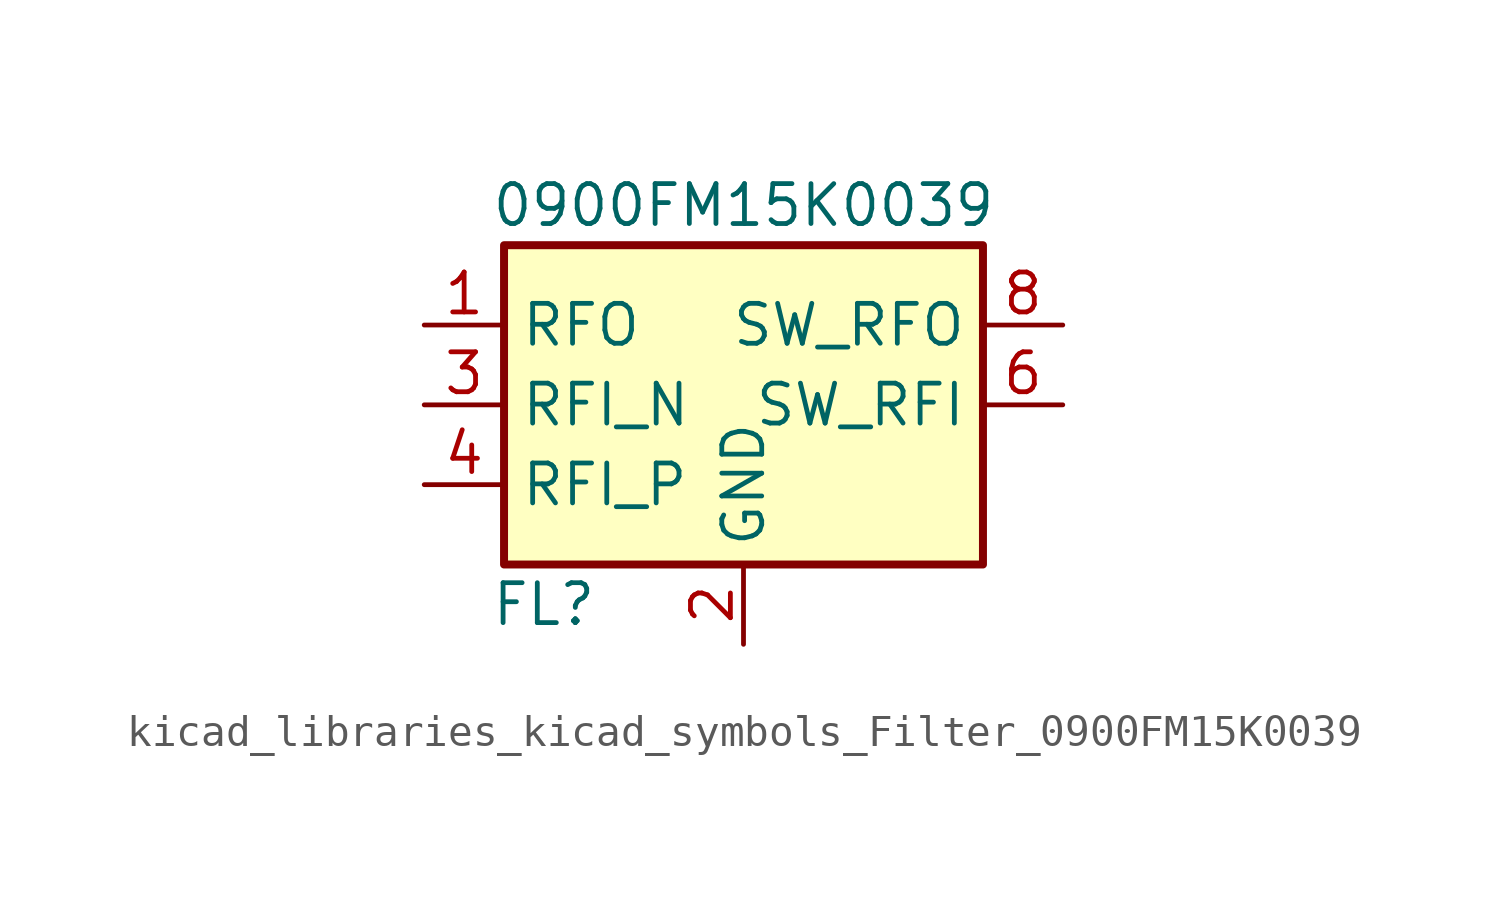
<source format=kicad_sym>
(kicad_symbol_lib
  (version 20220914)
  (generator kicad_symbol_editor)
  (symbol "kicad_libraries_kicad_symbols_Filter_0900FM15K0039"
    (property "Reference" "FL"
      (at -6.35 -6.35 0)
      (effects (font (size 1.27 1.27))))
    (property "Value" "0900FM15K0039"
      (at 0 6.35 0)
      (effects (font (size 1.27 1.27))))
    (symbol "kicad_libraries_kicad_symbols_Filter_0900FM15K0039_0_0"
      (pin passive line (at -10.16 2.54 0) (length 2.54) (name "RFO" (effects (font (size 1.27 1.27)))) (number "1" (effects (font (size 1.27 1.27)))))
      (pin passive line (at 0 -7.62 90) (length 2.54) hide (name "GND" (effects (font (size 1.27 1.27)))) (number "10" (effects (font (size 1.27 1.27)))))
      (pin power_in line (at 0 -7.62 90) (length 2.54) (name "GND" (effects (font (size 1.27 1.27)))) (number "2" (effects (font (size 1.27 1.27)))))
      (pin passive line (at -10.16 0 0) (length 2.54) (name "RFI_N" (effects (font (size 1.27 1.27)))) (number "3" (effects (font (size 1.27 1.27)))))
      (pin passive line (at -10.16 -2.54 0) (length 2.54) (name "RFI_P" (effects (font (size 1.27 1.27)))) (number "4" (effects (font (size 1.27 1.27)))))
      (pin passive line (at 0 -7.62 90) (length 2.54) hide (name "GND" (effects (font (size 1.27 1.27)))) (number "5" (effects (font (size 1.27 1.27)))))
      (pin passive line (at 10.16 0 180) (length 2.54) (name "SW_RFI" (effects (font (size 1.27 1.27)))) (number "6" (effects (font (size 1.27 1.27)))))
      (pin passive line (at 0 -7.62 90) (length 2.54) hide (name "GND" (effects (font (size 1.27 1.27)))) (number "7" (effects (font (size 1.27 1.27)))))
      (pin passive line (at 10.16 2.54 180) (length 2.54) (name "SW_RFO" (effects (font (size 1.27 1.27)))) (number "8" (effects (font (size 1.27 1.27)))))
      (pin passive line (at 0 -7.62 90) (length 2.54) hide (name "GND" (effects (font (size 1.27 1.27)))) (number "9" (effects (font (size 1.27 1.27))))))
    (symbol "kicad_libraries_kicad_symbols_Filter_0900FM15K0039_0_1"
      (rectangle (start -7.62 5.08) (end 7.62 -5.08) (stroke (width 0.254) (type default)) (fill (type background))))))
</source>
